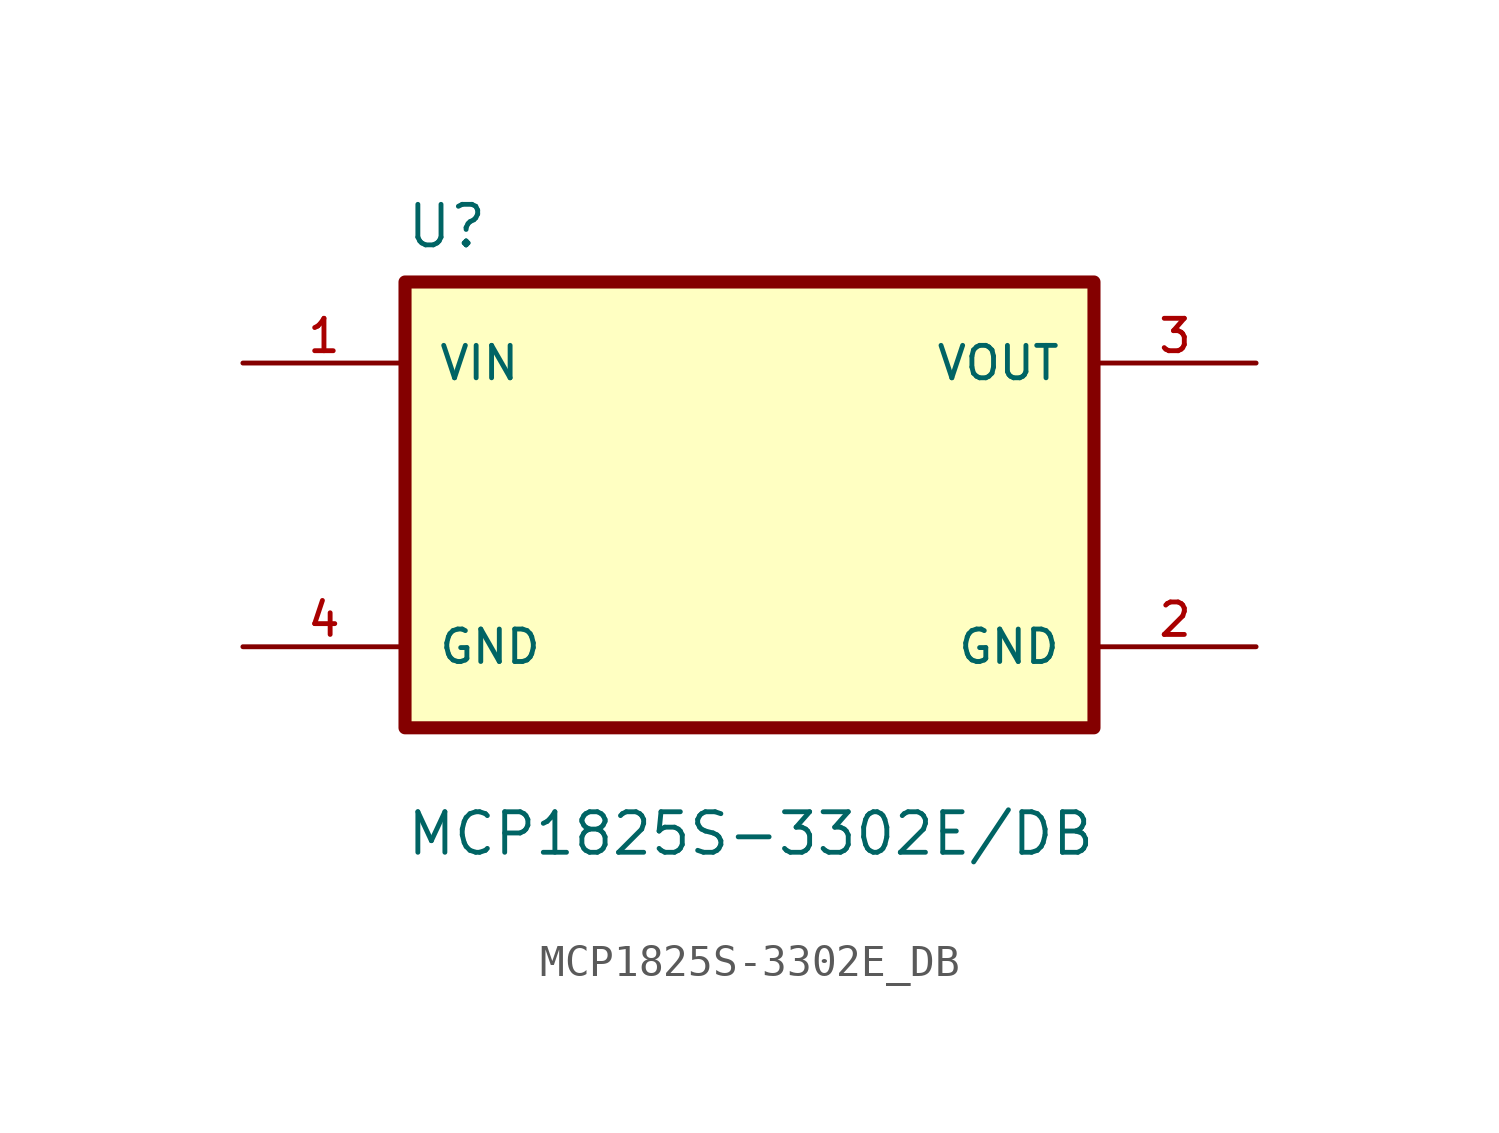
<source format=kicad_sym>
(kicad_symbol_lib
  (version 20241209)
  (generator "kicad_symbol_editor")
  (generator_version "9.0")
  (symbol "MCP1825S-3302E_DB"
    (pin_names
      (offset 1.016))
    (property "Reference" "U"
      (at -12.7 8.62 0)
      (effects (font (size 1.27 1.27)) (justify left bottom)))
    (property "Value" "MCP1825S-3302E/DB"
      (at -12.7 -10.414 0)
      (effects (font (size 1.27 1.27)) (justify left bottom)))
    (symbol "MCP1825S-3302E_DB_0_0"
      (rectangle (start -12.7 7.62) (end 8.89 -6.35) (stroke (width 0.41) (type default)) (fill (type background)))
      (pin input line (at -17.78 5.08 0) (length 5.08) (name "VIN" (effects (font (size 1.016 1.016)))) (number "1" (effects (font (size 1.016 1.016)))))
      (pin output line (at 13.97 5.08 180) (length 5.08) (name "VOUT" (effects (font (size 1.016 1.016)))) (number "3" (effects (font (size 1.016 1.016))))))
    (symbol "MCP1825S-3302E_DB_1_0"
      (pin power_in line (at -17.78 -3.81 0) (length 5.08) (name "GND" (effects (font (size 1.016 1.016)))) (number "4" (effects (font (size 1.016 1.016)))))
      (pin power_in line (at 13.97 -3.81 180) (length 5.08) (name "GND" (effects (font (size 1.016 1.016)))) (number "2" (effects (font (size 1.016 1.016))))))))
</source>
